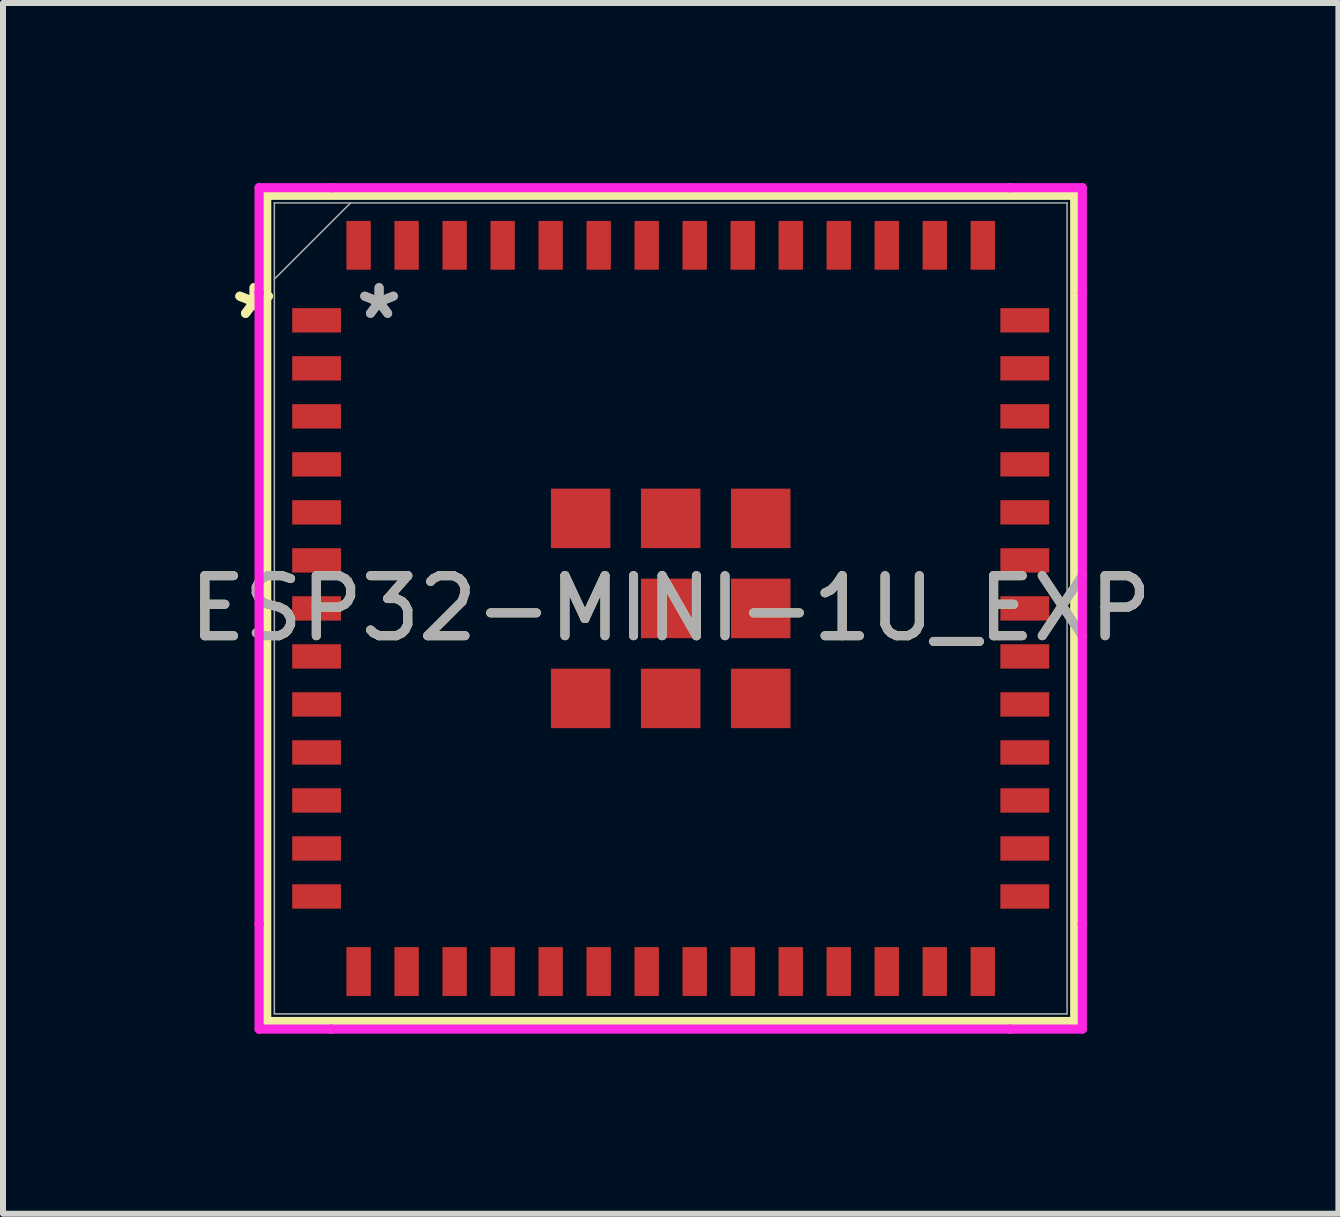
<source format=kicad_pcb>
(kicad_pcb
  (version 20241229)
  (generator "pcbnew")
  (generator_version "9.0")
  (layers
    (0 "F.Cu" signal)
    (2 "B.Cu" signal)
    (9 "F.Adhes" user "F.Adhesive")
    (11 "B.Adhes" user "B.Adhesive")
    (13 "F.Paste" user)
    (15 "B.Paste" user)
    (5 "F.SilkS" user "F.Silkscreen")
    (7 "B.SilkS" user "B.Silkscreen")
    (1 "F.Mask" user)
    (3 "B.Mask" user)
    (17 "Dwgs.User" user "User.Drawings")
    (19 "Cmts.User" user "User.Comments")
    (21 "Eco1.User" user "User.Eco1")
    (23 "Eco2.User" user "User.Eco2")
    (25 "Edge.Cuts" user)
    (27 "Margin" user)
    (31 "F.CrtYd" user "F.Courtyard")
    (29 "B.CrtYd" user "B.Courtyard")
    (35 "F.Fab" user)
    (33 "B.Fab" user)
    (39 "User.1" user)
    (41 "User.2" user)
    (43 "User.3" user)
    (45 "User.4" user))
  (footprint "ESP32-MINI-1U_EXP"
    (layer "F.Cu")
    (at 8.125 7.087)
    (property "Reference" "ESP32-MINI-1U_EXP" (at 0 0 0) (unlocked yes) (layer "F.SilkS") (effects (font (size 1 1) (thickness 0.15))))
    (attr smd)
    (fp_line (start -6.731 -6.883) (end -6.731 6.883) (stroke (width 0.152) (type solid)) (layer "F.SilkS"))
    (fp_line (start -6.731 6.883) (end 6.731 6.883) (stroke (width 0.152) (type solid)) (layer "F.SilkS"))
    (fp_line (start 6.731 -6.883) (end -6.731 -6.883) (stroke (width 0.152) (type solid)) (layer "F.SilkS"))
    (fp_line (start 6.731 6.883) (end 6.731 -6.883) (stroke (width 0.152) (type solid)) (layer "F.SilkS"))
    (fp_line (start -6.858 -7.01) (end -5.657 -7.01) (stroke (width 0.152) (type solid)) (layer "F.CrtYd"))
    (fp_line (start -6.858 -5.257) (end -6.858 -7.01) (stroke (width 0.152) (type solid)) (layer "F.CrtYd"))
    (fp_line (start -6.858 -5.257) (end -6.858 -5.257) (stroke (width 0.152) (type solid)) (layer "F.CrtYd"))
    (fp_line (start -6.858 5.257) (end -6.858 -5.257) (stroke (width 0.152) (type solid)) (layer "F.CrtYd"))
    (fp_line (start -6.858 5.257) (end -6.858 5.257) (stroke (width 0.152) (type solid)) (layer "F.CrtYd"))
    (fp_line (start -6.858 7.01) (end -6.858 5.257) (stroke (width 0.152) (type solid)) (layer "F.CrtYd"))
    (fp_line (start -5.657 -7.01) (end -5.657 -7.01) (stroke (width 0.152) (type solid)) (layer "F.CrtYd"))
    (fp_line (start -5.657 -7.01) (end 5.657 -7.01) (stroke (width 0.152) (type solid)) (layer "F.CrtYd"))
    (fp_line (start -5.657 7.01) (end -6.858 7.01) (stroke (width 0.152) (type solid)) (layer "F.CrtYd"))
    (fp_line (start -5.657 7.01) (end -5.657 7.01) (stroke (width 0.152) (type solid)) (layer "F.CrtYd"))
    (fp_line (start 5.657 -7.01) (end 5.657 -7.01) (stroke (width 0.152) (type solid)) (layer "F.CrtYd"))
    (fp_line (start 5.657 -7.01) (end 6.858 -7.01) (stroke (width 0.152) (type solid)) (layer "F.CrtYd"))
    (fp_line (start 5.657 7.01) (end -5.657 7.01) (stroke (width 0.152) (type solid)) (layer "F.CrtYd"))
    (fp_line (start 5.657 7.01) (end 5.657 7.01) (stroke (width 0.152) (type solid)) (layer "F.CrtYd"))
    (fp_line (start 6.858 -7.01) (end 6.858 -5.257) (stroke (width 0.152) (type solid)) (layer "F.CrtYd"))
    (fp_line (start 6.858 -5.257) (end 6.858 -5.257) (stroke (width 0.152) (type solid)) (layer "F.CrtYd"))
    (fp_line (start 6.858 -5.257) (end 6.858 5.257) (stroke (width 0.152) (type solid)) (layer "F.CrtYd"))
    (fp_line (start 6.858 5.257) (end 6.858 5.257) (stroke (width 0.152) (type solid)) (layer "F.CrtYd"))
    (fp_line (start 6.858 5.257) (end 6.858 7.01) (stroke (width 0.152) (type solid)) (layer "F.CrtYd"))
    (fp_line (start 6.858 7.01) (end 5.657 7.01) (stroke (width 0.152) (type solid)) (layer "F.CrtYd"))
    (fp_line (start -6.604 -6.756) (end -6.604 6.756) (stroke (width 0.025) (type solid)) (layer "F.Fab"))
    (fp_line (start -6.604 -5.486) (end -5.334 -6.756) (stroke (width 0.025) (type solid)) (layer "F.Fab"))
    (fp_line (start -6.604 6.756) (end 6.604 6.756) (stroke (width 0.025) (type solid)) (layer "F.Fab"))
    (fp_line (start 6.604 -6.756) (end -6.604 -6.756) (stroke (width 0.025) (type solid)) (layer "F.Fab"))
    (fp_line (start 6.604 6.756) (end 6.604 -6.756) (stroke (width 0.025) (type solid)) (layer "F.Fab"))
    (fp_text user "*" (at -6.941 -4.8 0) (layer "F.SilkS") (effects (font (size 1 1) (thickness 0.15))))
    (fp_text user "*" (at -6.941 -4.8 0) (unlocked yes) (layer "F.SilkS") (effects (font (size 1 1) (thickness 0.15))))
    (fp_text user "${REFERENCE}" (at 0 0 0) (unlocked yes) (layer "F.Fab") (effects (font (size 1 1) (thickness 0.15))))
    (fp_text user "*" (at -4.859 -4.8 0) (unlocked yes) (layer "F.Fab") (effects (font (size 1 1) (thickness 0.15))))
    (fp_text user "*" (at -4.859 -4.8 0) (layer "F.Fab") (effects (font (size 1 1) (thickness 0.15))))
    (pad "1" smd rect (at -5.9 -4.8) (size 0.813 0.406) (layers "F.Cu" "F.Mask" "F.Paste"))
    (pad "2" smd rect (at -5.9 -4) (size 0.813 0.406) (layers "F.Cu" "F.Mask" "F.Paste"))
    (pad "3" smd rect (at -5.9 -3.2) (size 0.813 0.406) (layers "F.Cu" "F.Mask" "F.Paste"))
    (pad "4" smd rect (at -5.9 -2.4) (size 0.813 0.406) (layers "F.Cu" "F.Mask" "F.Paste"))
    (pad "5" smd rect (at -5.9 -1.6) (size 0.813 0.406) (layers "F.Cu" "F.Mask" "F.Paste"))
    (pad "6" smd rect (at -5.9 -0.8) (size 0.813 0.406) (layers "F.Cu" "F.Mask" "F.Paste"))
    (pad "7" smd rect (at -5.9 0) (size 0.813 0.406) (layers "F.Cu" "F.Mask" "F.Paste"))
    (pad "8" smd rect (at -5.9 0.8) (size 0.813 0.406) (layers "F.Cu" "F.Mask" "F.Paste"))
    (pad "9" smd rect (at -5.9 1.6) (size 0.813 0.406) (layers "F.Cu" "F.Mask" "F.Paste"))
    (pad "10" smd rect (at -5.9 2.4) (size 0.813 0.406) (layers "F.Cu" "F.Mask" "F.Paste"))
    (pad "11" smd rect (at -5.9 3.2) (size 0.813 0.406) (layers "F.Cu" "F.Mask" "F.Paste"))
    (pad "12" smd rect (at -5.9 4) (size 0.813 0.406) (layers "F.Cu" "F.Mask" "F.Paste"))
    (pad "13" smd rect (at -5.9 4.8) (size 0.813 0.406) (layers "F.Cu" "F.Mask" "F.Paste"))
    (pad "14" smd rect (at -5.2 6.05 90) (size 0.813 0.406) (layers "F.Cu" "F.Mask" "F.Paste"))
    (pad "15" smd rect (at -4.4 6.05 90) (size 0.813 0.406) (layers "F.Cu" "F.Mask" "F.Paste"))
    (pad "16" smd rect (at -3.6 6.05 90) (size 0.813 0.406) (layers "F.Cu" "F.Mask" "F.Paste"))
    (pad "17" smd rect (at -2.8 6.05 90) (size 0.813 0.406) (layers "F.Cu" "F.Mask" "F.Paste"))
    (pad "18" smd rect (at -2 6.05 90) (size 0.813 0.406) (layers "F.Cu" "F.Mask" "F.Paste"))
    (pad "19" smd rect (at -1.2 6.05 90) (size 0.813 0.406) (layers "F.Cu" "F.Mask" "F.Paste"))
    (pad "20" smd rect (at -0.4 6.05 90) (size 0.813 0.406) (layers "F.Cu" "F.Mask" "F.Paste"))
    (pad "21" smd rect (at 0.4 6.05 90) (size 0.813 0.406) (layers "F.Cu" "F.Mask" "F.Paste"))
    (pad "22" smd rect (at 1.2 6.05 90) (size 0.813 0.406) (layers "F.Cu" "F.Mask" "F.Paste"))
    (pad "23" smd rect (at 2 6.05 90) (size 0.813 0.406) (layers "F.Cu" "F.Mask" "F.Paste"))
    (pad "24" smd rect (at 2.8 6.05 90) (size 0.813 0.406) (layers "F.Cu" "F.Mask" "F.Paste"))
    (pad "25" smd rect (at 3.6 6.05 90) (size 0.813 0.406) (layers "F.Cu" "F.Mask" "F.Paste"))
    (pad "26" smd rect (at 4.4 6.05 90) (size 0.813 0.406) (layers "F.Cu" "F.Mask" "F.Paste"))
    (pad "27" smd rect (at 5.2 6.05 90) (size 0.813 0.406) (layers "F.Cu" "F.Mask" "F.Paste"))
    (pad "28" smd rect (at 5.9 4.8) (size 0.813 0.406) (layers "F.Cu" "F.Mask" "F.Paste"))
    (pad "29" smd rect (at 5.9 4) (size 0.813 0.406) (layers "F.Cu" "F.Mask" "F.Paste"))
    (pad "30" smd rect (at 5.9 3.2) (size 0.813 0.406) (layers "F.Cu" "F.Mask" "F.Paste"))
    (pad "31" smd rect (at 5.9 2.4) (size 0.813 0.406) (layers "F.Cu" "F.Mask" "F.Paste"))
    (pad "32" smd rect (at 5.9 1.6) (size 0.813 0.406) (layers "F.Cu" "F.Mask" "F.Paste"))
    (pad "33" smd rect (at 5.9 0.8) (size 0.813 0.406) (layers "F.Cu" "F.Mask" "F.Paste"))
    (pad "34" smd rect (at 5.9 0) (size 0.813 0.406) (layers "F.Cu" "F.Mask" "F.Paste"))
    (pad "35" smd rect (at 5.9 -0.8) (size 0.813 0.406) (layers "F.Cu" "F.Mask" "F.Paste"))
    (pad "36" smd rect (at 5.9 -1.6) (size 0.813 0.406) (layers "F.Cu" "F.Mask" "F.Paste"))
    (pad "37" smd rect (at 5.9 -2.4) (size 0.813 0.406) (layers "F.Cu" "F.Mask" "F.Paste"))
    (pad "38" smd rect (at 5.9 -3.2) (size 0.813 0.406) (layers "F.Cu" "F.Mask" "F.Paste"))
    (pad "39" smd rect (at 5.9 -4) (size 0.813 0.406) (layers "F.Cu" "F.Mask" "F.Paste"))
    (pad "40" smd rect (at 5.9 -4.8) (size 0.813 0.406) (layers "F.Cu" "F.Mask" "F.Paste"))
    (pad "41" smd rect (at 5.2 -6.05 90) (size 0.813 0.406) (layers "F.Cu" "F.Mask" "F.Paste"))
    (pad "42" smd rect (at 4.4 -6.05 90) (size 0.813 0.406) (layers "F.Cu" "F.Mask" "F.Paste"))
    (pad "43" smd rect (at 3.6 -6.05 90) (size 0.813 0.406) (layers "F.Cu" "F.Mask" "F.Paste"))
    (pad "44" smd rect (at 2.8 -6.05 90) (size 0.813 0.406) (layers "F.Cu" "F.Mask" "F.Paste"))
    (pad "45" smd rect (at 2 -6.05 90) (size 0.813 0.406) (layers "F.Cu" "F.Mask" "F.Paste"))
    (pad "46" smd rect (at 1.2 -6.05 90) (size 0.813 0.406) (layers "F.Cu" "F.Mask" "F.Paste"))
    (pad "47" smd rect (at 0.4 -6.05 90) (size 0.813 0.406) (layers "F.Cu" "F.Mask" "F.Paste"))
    (pad "48" smd rect (at -0.4 -6.05 90) (size 0.813 0.406) (layers "F.Cu" "F.Mask" "F.Paste"))
    (pad "49" smd rect (at -1.2 -6.05 90) (size 0.813 0.406) (layers "F.Cu" "F.Mask" "F.Paste"))
    (pad "50" smd rect (at -2 -6.05 90) (size 0.813 0.406) (layers "F.Cu" "F.Mask" "F.Paste"))
    (pad "51" smd rect (at -2.8 -6.05 90) (size 0.813 0.406) (layers "F.Cu" "F.Mask" "F.Paste"))
    (pad "52" smd rect (at -3.6 -6.05 90) (size 0.813 0.406) (layers "F.Cu" "F.Mask" "F.Paste"))
    (pad "53" smd rect (at -4.4 -6.05 90) (size 0.813 0.406) (layers "F.Cu" "F.Mask" "F.Paste"))
    (pad "54" smd rect (at -5.2 -6.05 90) (size 0.813 0.406) (layers "F.Cu" "F.Mask" "F.Paste"))
    (pad "55" smd rect (at -1.5 -1.5) (size 0.991 0.991) (layers "F.Cu" "F.Mask" "F.Paste"))
    (pad "56" smd rect (at 0 -1.5) (size 0.991 0.991) (layers "F.Cu" "F.Mask" "F.Paste"))
    (pad "57" smd rect (at 1.5 -1.5) (size 0.991 0.991) (layers "F.Cu" "F.Mask" "F.Paste"))
    (pad "58" smd rect (at 0 0) (size 0.991 0.991) (layers "F.Cu" "F.Mask" "F.Paste"))
    (pad "59" smd rect (at 1.5 0) (size 0.991 0.991) (layers "F.Cu" "F.Mask" "F.Paste"))
    (pad "60" smd rect (at -1.5 1.5) (size 0.991 0.991) (layers "F.Cu" "F.Mask" "F.Paste"))
    (pad "61" smd rect (at 0 1.5) (size 0.991 0.991) (layers "F.Cu" "F.Mask" "F.Paste"))
    (pad "62" smd rect (at 1.5 1.5) (size 0.991 0.991) (layers "F.Cu" "F.Mask" "F.Paste")))
  (gr_rect
    (start -3 -3)
    (end 19.25 17.173)
    (stroke (width 0.1) (type default))
    (fill no)
    (layer "Edge.Cuts")))
</source>
